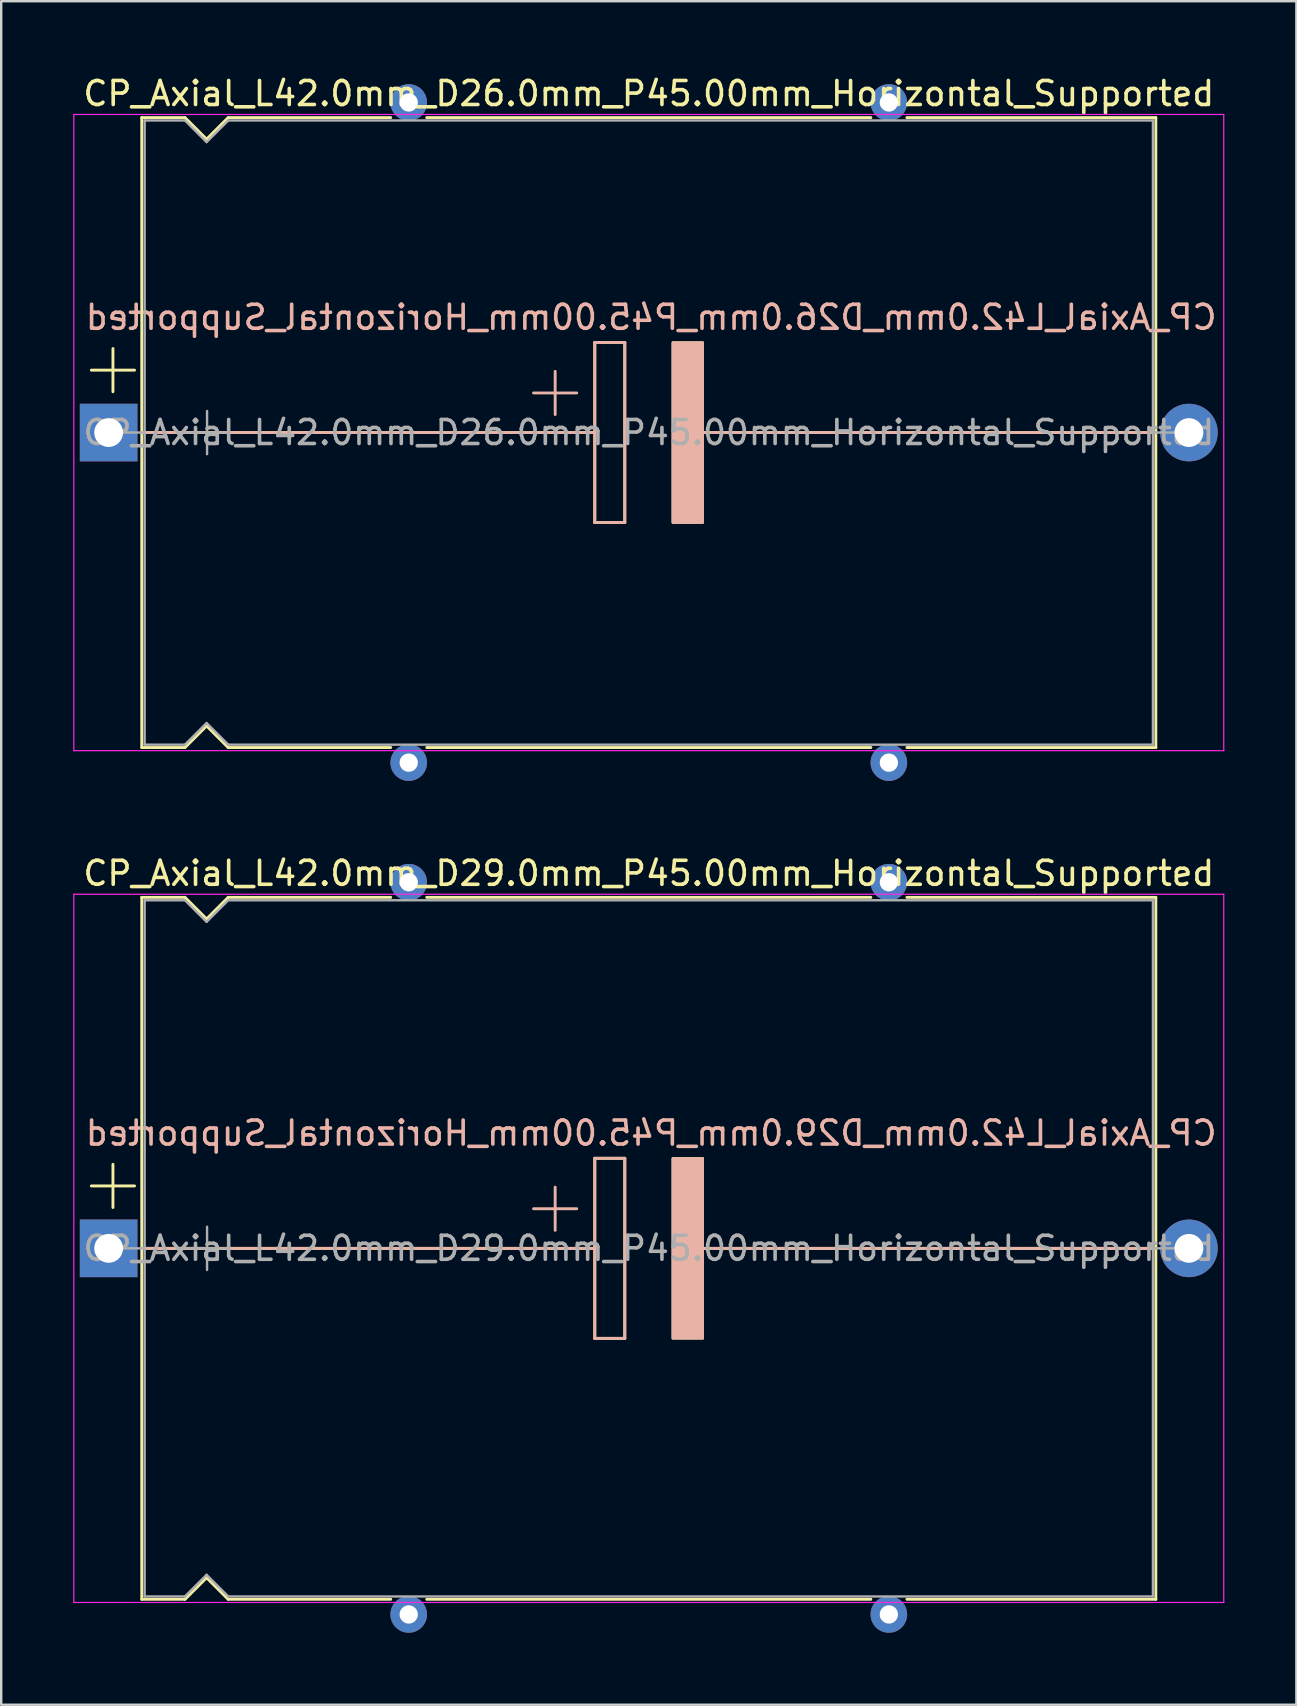
<source format=kicad_pcb>
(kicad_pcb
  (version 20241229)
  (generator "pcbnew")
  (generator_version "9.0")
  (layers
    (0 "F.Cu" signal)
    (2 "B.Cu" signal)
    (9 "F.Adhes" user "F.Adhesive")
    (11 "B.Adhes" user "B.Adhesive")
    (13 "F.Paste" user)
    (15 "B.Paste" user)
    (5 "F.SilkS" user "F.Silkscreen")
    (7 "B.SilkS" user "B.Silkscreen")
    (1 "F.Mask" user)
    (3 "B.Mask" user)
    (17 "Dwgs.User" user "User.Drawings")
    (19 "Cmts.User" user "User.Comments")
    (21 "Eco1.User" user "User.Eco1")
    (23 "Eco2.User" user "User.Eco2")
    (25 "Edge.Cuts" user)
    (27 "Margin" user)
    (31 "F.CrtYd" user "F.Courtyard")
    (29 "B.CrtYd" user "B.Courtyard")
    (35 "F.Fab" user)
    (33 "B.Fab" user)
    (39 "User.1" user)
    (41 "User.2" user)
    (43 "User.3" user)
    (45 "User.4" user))
  (footprint "CP_Axial_L42.0mm_D26.0mm_P45.00mm_Horizontal_Supported"
    (layer "F.Cu")
    (at 1.475 14.968)
    (property "Reference" "CP_Axial_L42.0mm_D26.0mm_P45.00mm_Horizontal_Supported" (at 22.5 -14.12 0) (layer "F.SilkS") (effects (font (size 1 1) (thickness 0.15))))
    (fp_line (start -0.72 -2.6) (end 1.08 -2.6) (stroke (width 0.12) (type solid)) (layer "F.SilkS"))
    (fp_line (start 0.18 -3.5) (end 0.18 -1.7) (stroke (width 0.12) (type solid)) (layer "F.SilkS"))
    (fp_line (start 1.38 -13.12) (end 1.38 13.12) (stroke (width 0.12) (type solid)) (layer "F.SilkS"))
    (fp_line (start 1.38 -13.12) (end 3.18 -13.12) (stroke (width 0.12) (type solid)) (layer "F.SilkS"))
    (fp_line (start 1.38 13.12) (end 3.18 13.12) (stroke (width 0.12) (type solid)) (layer "F.SilkS"))
    (fp_line (start 1.397 0) (end 20.25 0) (stroke (width 0.12) (type solid)) (layer "F.SilkS"))
    (fp_line (start 3.18 -13.12) (end 4.08 -12.22) (stroke (width 0.12) (type solid)) (layer "F.SilkS"))
    (fp_line (start 3.18 13.12) (end 4.08 12.22) (stroke (width 0.12) (type solid)) (layer "F.SilkS"))
    (fp_line (start 4.08 -12.22) (end 4.98 -13.12) (stroke (width 0.12) (type solid)) (layer "F.SilkS"))
    (fp_line (start 4.08 12.22) (end 4.98 13.12) (stroke (width 0.12) (type solid)) (layer "F.SilkS"))
    (fp_line (start 4.98 -13.12) (end 11.75 -13.12) (stroke (width 0.12) (type solid)) (layer "F.SilkS"))
    (fp_line (start 4.98 13.12) (end 11.75 13.12) (stroke (width 0.12) (type solid)) (layer "F.SilkS"))
    (fp_line (start 13.25 -13.12) (end 31.75 -13.12) (stroke (width 0.12) (type solid)) (layer "F.SilkS"))
    (fp_line (start 13.25 13.12) (end 31.75 13.12) (stroke (width 0.12) (type solid)) (layer "F.SilkS"))
    (fp_line (start 20.25 -3.75) (end 21.5 -3.75) (stroke (width 0.12) (type solid)) (layer "F.SilkS"))
    (fp_line (start 20.25 0) (end 20.25 -3.75) (stroke (width 0.12) (type solid)) (layer "F.SilkS"))
    (fp_line (start 20.25 3.75) (end 20.25 0) (stroke (width 0.12) (type solid)) (layer "F.SilkS"))
    (fp_line (start 21.5 -3.75) (end 21.5 3.75) (stroke (width 0.12) (type solid)) (layer "F.SilkS"))
    (fp_line (start 21.5 3.75) (end 20.25 3.75) (stroke (width 0.12) (type solid)) (layer "F.SilkS"))
    (fp_line (start 24.75 0) (end 43.561 0) (stroke (width 0.12) (type solid)) (layer "F.SilkS"))
    (fp_line (start 33.25 -13.12) (end 43.62 -13.12) (stroke (width 0.12) (type solid)) (layer "F.SilkS"))
    (fp_line (start 33.25 13.12) (end 43.62 13.12) (stroke (width 0.12) (type solid)) (layer "F.SilkS"))
    (fp_line (start 43.62 -13.12) (end 43.62 13.12) (stroke (width 0.12) (type solid)) (layer "F.SilkS"))
    (fp_poly (pts (xy 24.75 3.75) (xy 23.5 3.75) (xy 23.5 -3.75) (xy 24.75 -3.75)) (stroke (width 0.1) (type solid)) (fill yes) (layer "F.SilkS"))
    (fp_line (start 1.4 0) (end 13.38 0) (stroke (width 0.12) (type solid)) (layer "B.SilkS"))
    (fp_line (start 13.38 0) (end 20.25 0) (stroke (width 0.12) (type solid)) (layer "B.SilkS"))
    (fp_line (start 18.6 -2.55) (end 18.6 -0.75) (stroke (width 0.12) (type solid)) (layer "B.SilkS"))
    (fp_line (start 19.5 -1.65) (end 17.7 -1.65) (stroke (width 0.12) (type solid)) (layer "B.SilkS"))
    (fp_line (start 20.25 -3.75) (end 21.5 -3.75) (stroke (width 0.12) (type solid)) (layer "B.SilkS"))
    (fp_line (start 20.25 0) (end 20.25 -3.75) (stroke (width 0.12) (type solid)) (layer "B.SilkS"))
    (fp_line (start 20.25 3.75) (end 20.25 0) (stroke (width 0.12) (type solid)) (layer "B.SilkS"))
    (fp_line (start 21.5 -3.75) (end 21.5 3.75) (stroke (width 0.12) (type solid)) (layer "B.SilkS"))
    (fp_line (start 21.5 3.75) (end 20.25 3.75) (stroke (width 0.12) (type solid)) (layer "B.SilkS"))
    (fp_line (start 24.75 0) (end 31.62 0) (stroke (width 0.12) (type solid)) (layer "B.SilkS"))
    (fp_line (start 43.6 0) (end 31.62 0) (stroke (width 0.12) (type solid)) (layer "B.SilkS"))
    (fp_poly (pts (xy 24.75 3.75) (xy 23.5 3.75) (xy 23.5 -3.75) (xy 24.75 -3.75)) (stroke (width 0.1) (type solid)) (fill yes) (layer "B.SilkS"))
    (fp_line (start -1.45 -13.25) (end -1.45 13.25) (stroke (width 0.05) (type solid)) (layer "F.CrtYd"))
    (fp_line (start -1.45 13.25) (end 46.45 13.25) (stroke (width 0.05) (type solid)) (layer "F.CrtYd"))
    (fp_line (start 46.45 -13.25) (end -1.45 -13.25) (stroke (width 0.05) (type solid)) (layer "F.CrtYd"))
    (fp_line (start 46.45 13.25) (end 46.45 -13.25) (stroke (width 0.05) (type solid)) (layer "F.CrtYd"))
    (fp_line (start 0 0) (end 1.5 0) (stroke (width 0.1) (type solid)) (layer "F.Fab"))
    (fp_line (start 1.5 -13) (end 1.5 13) (stroke (width 0.1) (type solid)) (layer "F.Fab"))
    (fp_line (start 1.5 -13) (end 3.18 -13) (stroke (width 0.1) (type solid)) (layer "F.Fab"))
    (fp_line (start 1.5 13) (end 3.18 13) (stroke (width 0.1) (type solid)) (layer "F.Fab"))
    (fp_line (start 3.18 -13) (end 4.08 -12.1) (stroke (width 0.1) (type solid)) (layer "F.Fab"))
    (fp_line (start 3.18 13) (end 4.08 12.1) (stroke (width 0.1) (type solid)) (layer "F.Fab"))
    (fp_line (start 3.2 0) (end 5 0) (stroke (width 0.1) (type solid)) (layer "F.Fab"))
    (fp_line (start 4.08 -12.1) (end 4.98 -13) (stroke (width 0.1) (type solid)) (layer "F.Fab"))
    (fp_line (start 4.08 12.1) (end 4.98 13) (stroke (width 0.1) (type solid)) (layer "F.Fab"))
    (fp_line (start 4.1 -0.9) (end 4.1 0.9) (stroke (width 0.1) (type solid)) (layer "F.Fab"))
    (fp_line (start 4.98 -13) (end 43.5 -13) (stroke (width 0.1) (type solid)) (layer "F.Fab"))
    (fp_line (start 4.98 13) (end 43.5 13) (stroke (width 0.1) (type solid)) (layer "F.Fab"))
    (fp_line (start 43.5 -13) (end 43.5 13) (stroke (width 0.1) (type solid)) (layer "F.Fab"))
    (fp_line (start 45 0) (end 43.5 0) (stroke (width 0.1) (type solid)) (layer "F.Fab"))
    (fp_text user "${REFERENCE}" (at 22.6 -4.8 0) (layer "B.SilkS") (effects (font (size 1 1) (thickness 0.15)) (justify mirror)))
    (fp_text user "${REFERENCE}" (at 22.5 0 0) (layer "F.Fab") (effects (font (size 1 1) (thickness 0.15))))
    (pad "1" thru_hole rect (at 0 0) (size 2.4 2.4) (drill 1.2) (layers "*.Cu" "*.Mask"))
    (pad "2" thru_hole oval (at 45 0) (size 2.4 2.4) (drill 1.2) (layers "*.Cu" "*.Mask"))
    (pad "~" thru_hole circle (at 12.5 -13.75) (size 1.524 1.524) (drill 0.762) (layers "*.Cu" "*.Mask"))
    (pad "~" thru_hole circle (at 12.5 13.75) (size 1.524 1.524) (drill 0.762) (layers "*.Cu" "*.Mask"))
    (pad "~" thru_hole circle (at 32.5 -13.75) (size 1.524 1.524) (drill 0.762) (layers "*.Cu" "*.Mask"))
    (pad "~" thru_hole circle (at 32.5 13.75) (size 1.524 1.524) (drill 0.762) (layers "*.Cu" "*.Mask")))
  (footprint "CP_Axial_L42.0mm_D29.0mm_P45.00mm_Horizontal_Supported"
    (layer "F.Cu")
    (at 1.475 48.949)
    (property "Reference" "CP_Axial_L42.0mm_D29.0mm_P45.00mm_Horizontal_Supported" (at 22.5 -15.62 0) (layer "F.SilkS") (effects (font (size 1 1) (thickness 0.15))))
    (fp_line (start -0.72 -2.6) (end 1.08 -2.6) (stroke (width 0.12) (type solid)) (layer "F.SilkS"))
    (fp_line (start 0.18 -3.5) (end 0.18 -1.7) (stroke (width 0.12) (type solid)) (layer "F.SilkS"))
    (fp_line (start 1.38 -14.62) (end 1.38 14.62) (stroke (width 0.12) (type solid)) (layer "F.SilkS"))
    (fp_line (start 1.38 -14.62) (end 3.18 -14.62) (stroke (width 0.12) (type solid)) (layer "F.SilkS"))
    (fp_line (start 1.38 14.62) (end 3.18 14.62) (stroke (width 0.12) (type solid)) (layer "F.SilkS"))
    (fp_line (start 1.397 0) (end 20.25 0) (stroke (width 0.12) (type solid)) (layer "F.SilkS"))
    (fp_line (start 3.18 -14.62) (end 4.08 -13.72) (stroke (width 0.12) (type solid)) (layer "F.SilkS"))
    (fp_line (start 3.18 14.62) (end 4.08 13.72) (stroke (width 0.12) (type solid)) (layer "F.SilkS"))
    (fp_line (start 4.08 -13.72) (end 4.98 -14.62) (stroke (width 0.12) (type solid)) (layer "F.SilkS"))
    (fp_line (start 4.08 13.72) (end 4.98 14.62) (stroke (width 0.12) (type solid)) (layer "F.SilkS"))
    (fp_line (start 4.98 -14.62) (end 11.75 -14.62) (stroke (width 0.12) (type solid)) (layer "F.SilkS"))
    (fp_line (start 4.98 14.62) (end 11.75 14.62) (stroke (width 0.12) (type solid)) (layer "F.SilkS"))
    (fp_line (start 13.25 -14.62) (end 31.75 -14.62) (stroke (width 0.12) (type solid)) (layer "F.SilkS"))
    (fp_line (start 13.25 14.62) (end 31.75 14.62) (stroke (width 0.12) (type solid)) (layer "F.SilkS"))
    (fp_line (start 20.25 -3.75) (end 21.5 -3.75) (stroke (width 0.12) (type solid)) (layer "F.SilkS"))
    (fp_line (start 20.25 0) (end 20.25 -3.75) (stroke (width 0.12) (type solid)) (layer "F.SilkS"))
    (fp_line (start 20.25 3.75) (end 20.25 0) (stroke (width 0.12) (type solid)) (layer "F.SilkS"))
    (fp_line (start 21.5 -3.75) (end 21.5 3.75) (stroke (width 0.12) (type solid)) (layer "F.SilkS"))
    (fp_line (start 21.5 3.75) (end 20.25 3.75) (stroke (width 0.12) (type solid)) (layer "F.SilkS"))
    (fp_line (start 24.75 0) (end 43.561 0) (stroke (width 0.12) (type solid)) (layer "F.SilkS"))
    (fp_line (start 33.25 -14.62) (end 43.62 -14.62) (stroke (width 0.12) (type solid)) (layer "F.SilkS"))
    (fp_line (start 33.25 14.62) (end 43.62 14.62) (stroke (width 0.12) (type solid)) (layer "F.SilkS"))
    (fp_line (start 43.62 -14.62) (end 43.62 14.62) (stroke (width 0.12) (type solid)) (layer "F.SilkS"))
    (fp_poly (pts (xy 24.75 3.75) (xy 23.5 3.75) (xy 23.5 -3.75) (xy 24.75 -3.75)) (stroke (width 0.1) (type solid)) (fill yes) (layer "F.SilkS"))
    (fp_line (start 1.4 0) (end 13.38 0) (stroke (width 0.12) (type solid)) (layer "B.SilkS"))
    (fp_line (start 13.38 0) (end 20.25 0) (stroke (width 0.12) (type solid)) (layer "B.SilkS"))
    (fp_line (start 18.6 -2.55) (end 18.6 -0.75) (stroke (width 0.12) (type solid)) (layer "B.SilkS"))
    (fp_line (start 19.5 -1.65) (end 17.7 -1.65) (stroke (width 0.12) (type solid)) (layer "B.SilkS"))
    (fp_line (start 20.25 -3.75) (end 21.5 -3.75) (stroke (width 0.12) (type solid)) (layer "B.SilkS"))
    (fp_line (start 20.25 0) (end 20.25 -3.75) (stroke (width 0.12) (type solid)) (layer "B.SilkS"))
    (fp_line (start 20.25 3.75) (end 20.25 0) (stroke (width 0.12) (type solid)) (layer "B.SilkS"))
    (fp_line (start 21.5 -3.75) (end 21.5 3.75) (stroke (width 0.12) (type solid)) (layer "B.SilkS"))
    (fp_line (start 21.5 3.75) (end 20.25 3.75) (stroke (width 0.12) (type solid)) (layer "B.SilkS"))
    (fp_line (start 24.75 0) (end 31.62 0) (stroke (width 0.12) (type solid)) (layer "B.SilkS"))
    (fp_line (start 43.6 0) (end 31.62 0) (stroke (width 0.12) (type solid)) (layer "B.SilkS"))
    (fp_poly (pts (xy 24.75 3.75) (xy 23.5 3.75) (xy 23.5 -3.75) (xy 24.75 -3.75)) (stroke (width 0.1) (type solid)) (fill yes) (layer "B.SilkS"))
    (fp_line (start -1.45 -14.75) (end -1.45 14.75) (stroke (width 0.05) (type solid)) (layer "F.CrtYd"))
    (fp_line (start -1.45 14.75) (end 46.45 14.75) (stroke (width 0.05) (type solid)) (layer "F.CrtYd"))
    (fp_line (start 46.45 -14.75) (end -1.45 -14.75) (stroke (width 0.05) (type solid)) (layer "F.CrtYd"))
    (fp_line (start 46.45 14.75) (end 46.45 -14.75) (stroke (width 0.05) (type solid)) (layer "F.CrtYd"))
    (fp_line (start 0 0) (end 1.5 0) (stroke (width 0.1) (type solid)) (layer "F.Fab"))
    (fp_line (start 1.5 -14.5) (end 1.5 14.5) (stroke (width 0.1) (type solid)) (layer "F.Fab"))
    (fp_line (start 1.5 -14.5) (end 3.18 -14.5) (stroke (width 0.1) (type solid)) (layer "F.Fab"))
    (fp_line (start 1.5 14.5) (end 3.18 14.5) (stroke (width 0.1) (type solid)) (layer "F.Fab"))
    (fp_line (start 3.18 -14.5) (end 4.08 -13.6) (stroke (width 0.1) (type solid)) (layer "F.Fab"))
    (fp_line (start 3.18 14.5) (end 4.08 13.6) (stroke (width 0.1) (type solid)) (layer "F.Fab"))
    (fp_line (start 3.2 0) (end 5 0) (stroke (width 0.1) (type solid)) (layer "F.Fab"))
    (fp_line (start 4.08 -13.6) (end 4.98 -14.5) (stroke (width 0.1) (type solid)) (layer "F.Fab"))
    (fp_line (start 4.08 13.6) (end 4.98 14.5) (stroke (width 0.1) (type solid)) (layer "F.Fab"))
    (fp_line (start 4.1 -0.9) (end 4.1 0.9) (stroke (width 0.1) (type solid)) (layer "F.Fab"))
    (fp_line (start 4.98 -14.5) (end 43.5 -14.5) (stroke (width 0.1) (type solid)) (layer "F.Fab"))
    (fp_line (start 4.98 14.5) (end 43.5 14.5) (stroke (width 0.1) (type solid)) (layer "F.Fab"))
    (fp_line (start 43.5 -14.5) (end 43.5 14.5) (stroke (width 0.1) (type solid)) (layer "F.Fab"))
    (fp_line (start 45 0) (end 43.5 0) (stroke (width 0.1) (type solid)) (layer "F.Fab"))
    (fp_text user "${REFERENCE}" (at 22.6 -4.8 0) (layer "B.SilkS") (effects (font (size 1 1) (thickness 0.15)) (justify mirror)))
    (fp_text user "${REFERENCE}" (at 22.5 0 0) (layer "F.Fab") (effects (font (size 1 1) (thickness 0.15))))
    (pad "1" thru_hole rect (at 0 0) (size 2.4 2.4) (drill 1.2) (layers "*.Cu" "*.Mask"))
    (pad "2" thru_hole oval (at 45 0) (size 2.4 2.4) (drill 1.2) (layers "*.Cu" "*.Mask"))
    (pad "~" thru_hole circle (at 12.5 -15.25) (size 1.524 1.524) (drill 0.762) (layers "*.Cu" "*.Mask"))
    (pad "~" thru_hole circle (at 12.5 15.25) (size 1.524 1.524) (drill 0.762) (layers "*.Cu" "*.Mask"))
    (pad "~" thru_hole circle (at 32.5 -15.25) (size 1.524 1.524) (drill 0.762) (layers "*.Cu" "*.Mask"))
    (pad "~" thru_hole circle (at 32.5 15.25) (size 1.524 1.524) (drill 0.762) (layers "*.Cu" "*.Mask")))
  (gr_rect
    (start -3 -3)
    (end 50.95 67.96)
    (stroke (width 0.1) (type default))
    (fill no)
    (layer "Edge.Cuts")))
</source>
